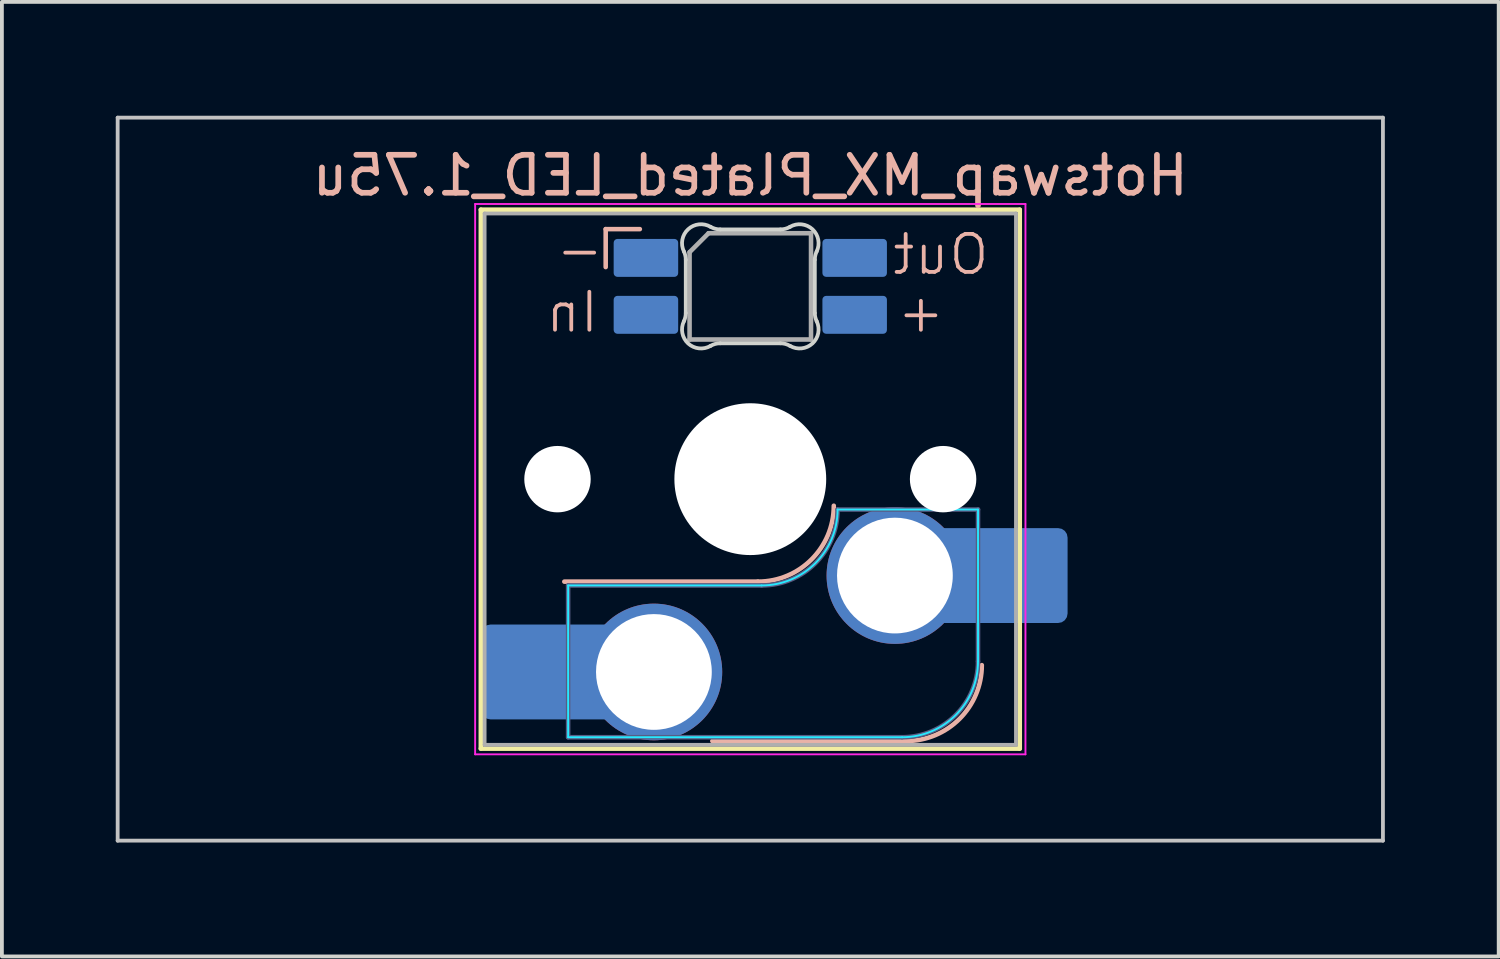
<source format=kicad_pcb>
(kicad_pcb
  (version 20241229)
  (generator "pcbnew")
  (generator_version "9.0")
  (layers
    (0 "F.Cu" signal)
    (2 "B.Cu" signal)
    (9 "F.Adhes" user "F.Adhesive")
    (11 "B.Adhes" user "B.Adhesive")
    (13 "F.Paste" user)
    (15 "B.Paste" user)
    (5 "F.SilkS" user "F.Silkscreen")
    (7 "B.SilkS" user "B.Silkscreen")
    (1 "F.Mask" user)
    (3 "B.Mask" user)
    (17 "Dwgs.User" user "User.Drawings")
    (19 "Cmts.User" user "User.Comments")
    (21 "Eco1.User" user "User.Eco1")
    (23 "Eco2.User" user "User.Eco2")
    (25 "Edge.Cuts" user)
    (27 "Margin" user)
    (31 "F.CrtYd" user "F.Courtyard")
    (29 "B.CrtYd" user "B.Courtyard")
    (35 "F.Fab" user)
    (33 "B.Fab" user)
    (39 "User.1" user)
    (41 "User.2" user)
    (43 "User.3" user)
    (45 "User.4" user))
  (footprint "Hotswap_MX_Plated_LED_1.75u"
    (layer "F.Cu")
    (at 16.719 9.575)
    (property "Reference" "Hotswap_MX_Plated_LED_1.75u" (at 0 -8.001 0) (layer "B.SilkS") (effects (font (size 1 1) (thickness 0.15)) (justify mirror)))
    (fp_line (start -7.1 -7.1) (end -7.1 7.1) (stroke (width 0.12) (type solid)) (layer "F.SilkS"))
    (fp_line (start -7.1 7.1) (end 7.1 7.1) (stroke (width 0.12) (type solid)) (layer "F.SilkS"))
    (fp_line (start 7.1 -7.1) (end -7.1 -7.1) (stroke (width 0.12) (type solid)) (layer "F.SilkS"))
    (fp_line (start 7.1 7.1) (end 7.1 -7.1) (stroke (width 0.12) (type solid)) (layer "F.SilkS"))
    (fp_line (start -3.81 -6.588) (end -2.91 -6.588) (stroke (width 0.12) (type solid)) (layer "B.SilkS"))
    (fp_line (start -3.81 -5.588) (end -3.81 -6.588) (stroke (width 0.12) (type solid)) (layer "B.SilkS"))
    (fp_line (start 0.2 2.7) (end -4.9 2.7) (stroke (width 0.12) (type solid)) (layer "B.SilkS"))
    (fp_line (start 4.1 6.9) (end -1 6.9) (stroke (width 0.12) (type solid)) (layer "B.SilkS"))
    (fp_arc (start 2.2 0.7) (mid 1.614214 2.114214) (end 0.2 2.7) (stroke (width 0.12) (type solid)) (layer "B.SilkS"))
    (fp_arc (start 6.1 4.9) (mid 5.514214 6.314214) (end 4.1 6.9) (stroke (width 0.12) (type solid)) (layer "B.SilkS"))
    (fp_line (start -16.669 -9.525) (end -16.669 9.525) (stroke (width 0.1) (type solid)) (layer "Dwgs.User"))
    (fp_line (start -16.669 9.525) (end 16.669 9.525) (stroke (width 0.1) (type solid)) (layer "Dwgs.User"))
    (fp_line (start 16.669 -9.525) (end -16.669 -9.525) (stroke (width 0.1) (type solid)) (layer "Dwgs.User"))
    (fp_line (start 16.669 9.525) (end 16.669 -9.525) (stroke (width 0.1) (type solid)) (layer "Dwgs.User"))
    (fp_line (start -0.25 -0.25) (end 0 0) (stroke (width 0.12) (type solid)) (layer "Cmts.User"))
    (fp_line (start 0 0) (end -0.25 0.25) (stroke (width 0.12) (type solid)) (layer "Cmts.User"))
    (fp_line (start 0 0) (end 0.25 0.25) (stroke (width 0.12) (type solid)) (layer "Cmts.User"))
    (fp_line (start 0.25 -0.25) (end 0 0) (stroke (width 0.12) (type solid)) (layer "Cmts.User"))
    (fp_line (start -7.8 -6) (end -7 -6) (stroke (width 0.1) (type solid)) (layer "Eco1.User"))
    (fp_line (start -7.8 -2.9) (end -7.8 -6) (stroke (width 0.1) (type solid)) (layer "Eco1.User"))
    (fp_line (start -7.8 2.9) (end -7 2.9) (stroke (width 0.1) (type solid)) (layer "Eco1.User"))
    (fp_line (start -7.8 6) (end -7.8 2.9) (stroke (width 0.1) (type solid)) (layer "Eco1.User"))
    (fp_line (start -7 -7) (end 7 -7) (stroke (width 0.1) (type solid)) (layer "Eco1.User"))
    (fp_line (start -7 -6) (end -7 -7) (stroke (width 0.1) (type solid)) (layer "Eco1.User"))
    (fp_line (start -7 -2.9) (end -7.8 -2.9) (stroke (width 0.1) (type solid)) (layer "Eco1.User"))
    (fp_line (start -7 2.9) (end -7 -2.9) (stroke (width 0.1) (type solid)) (layer "Eco1.User"))
    (fp_line (start -7 6) (end -7.8 6) (stroke (width 0.1) (type solid)) (layer "Eco1.User"))
    (fp_line (start -7 7) (end -7 6) (stroke (width 0.1) (type solid)) (layer "Eco1.User"))
    (fp_line (start 7 -7) (end 7 -6) (stroke (width 0.1) (type solid)) (layer "Eco1.User"))
    (fp_line (start 7 -6) (end 7.8 -6) (stroke (width 0.1) (type solid)) (layer "Eco1.User"))
    (fp_line (start 7 -2.9) (end 7 2.9) (stroke (width 0.1) (type solid)) (layer "Eco1.User"))
    (fp_line (start 7 2.9) (end 7.8 2.9) (stroke (width 0.1) (type solid)) (layer "Eco1.User"))
    (fp_line (start 7 6) (end 7 7) (stroke (width 0.1) (type solid)) (layer "Eco1.User"))
    (fp_line (start 7 7) (end -7 7) (stroke (width 0.1) (type solid)) (layer "Eco1.User"))
    (fp_line (start 7.8 -6) (end 7.8 -2.9) (stroke (width 0.1) (type solid)) (layer "Eco1.User"))
    (fp_line (start 7.8 -2.9) (end 7 -2.9) (stroke (width 0.1) (type solid)) (layer "Eco1.User"))
    (fp_line (start 7.8 2.9) (end 7.8 6) (stroke (width 0.1) (type solid)) (layer "Eco1.User"))
    (fp_line (start 7.8 6) (end 7 6) (stroke (width 0.1) (type solid)) (layer "Eco1.User"))
    (fp_line (start -1.7 -5.783) (end -1.7 -4.377) (stroke (width 0.1) (type solid)) (layer "Edge.Cuts"))
    (fp_line (start -0.794 -3.58) (end 0.794 -3.58) (stroke (width 0.1) (type solid)) (layer "Edge.Cuts"))
    (fp_line (start 0.794 -6.58) (end -0.794 -6.58) (stroke (width 0.1) (type solid)) (layer "Edge.Cuts"))
    (fp_line (start 1.7 -4.377) (end 1.7 -5.783) (stroke (width 0.1) (type solid)) (layer "Edge.Cuts"))
    (fp_arc (start -1.749484 -5.999721) (mid -1.712518 -5.894071) (end -1.699999 -5.782844) (stroke (width 0.1) (type solid)) (layer "Edge.Cuts"))
    (fp_arc (start -1.749484 -5.999721) (mid -1.638071 -6.584035) (end -1.046711 -6.648299) (stroke (width 0.1) (type solid)) (layer "Edge.Cuts"))
    (fp_arc (start -1.699999 -4.377159) (mid -1.712528 -4.265933) (end -1.749484 -4.160281) (stroke (width 0.1) (type solid)) (layer "Edge.Cuts"))
    (fp_arc (start -1.046711 -3.511702) (mid -1.638072 -3.575966) (end -1.749484 -4.160282) (stroke (width 0.1) (type solid)) (layer "Edge.Cuts"))
    (fp_arc (start -1.046711 -3.511702) (mid -0.925123 -3.562624) (end -0.794452 -3.580001) (stroke (width 0.1) (type solid)) (layer "Edge.Cuts"))
    (fp_arc (start -0.794453 -6.58) (mid -0.925123 -6.597377) (end -1.046711 -6.648299) (stroke (width 0.1) (type solid)) (layer "Edge.Cuts"))
    (fp_arc (start 0.794452 -3.580001) (mid 0.925122 -3.562624) (end 1.04671 -3.511702) (stroke (width 0.1) (type solid)) (layer "Edge.Cuts"))
    (fp_arc (start 1.046711 -6.6483) (mid 0.925123 -6.597378) (end 0.794453 -6.580001) (stroke (width 0.1) (type solid)) (layer "Edge.Cuts"))
    (fp_arc (start 1.046711 -6.6483) (mid 1.638072 -6.584036) (end 1.749484 -5.999721) (stroke (width 0.1) (type solid)) (layer "Edge.Cuts"))
    (fp_arc (start 1.699999 -5.782843) (mid 1.712528 -5.894069) (end 1.749484 -5.999721) (stroke (width 0.1) (type solid)) (layer "Edge.Cuts"))
    (fp_arc (start 1.749484 -4.160281) (mid 1.63807 -3.575967) (end 1.046711 -3.511704) (stroke (width 0.1) (type solid)) (layer "Edge.Cuts"))
    (fp_arc (start 1.749484 -4.160281) (mid 1.712519 -4.265931) (end 1.699999 -4.377158) (stroke (width 0.1) (type solid)) (layer "Edge.Cuts"))
    (fp_line (start -4.8 6.8) (end -4.8 2.8) (stroke (width 0.05) (type solid)) (layer "B.CrtYd"))
    (fp_line (start 0.3 2.8) (end -4.8 2.8) (stroke (width 0.05) (type solid)) (layer "B.CrtYd"))
    (fp_line (start 4 6.8) (end -4.8 6.8) (stroke (width 0.05) (type solid)) (layer "B.CrtYd"))
    (fp_line (start 6 0.8) (end 2.3 0.8) (stroke (width 0.05) (type solid)) (layer "B.CrtYd"))
    (fp_line (start 6 0.8) (end 6 4.8) (stroke (width 0.05) (type solid)) (layer "B.CrtYd"))
    (fp_arc (start 2.3 0.8) (mid 1.714214 2.214214) (end 0.3 2.8) (stroke (width 0.05) (type solid)) (layer "B.CrtYd"))
    (fp_arc (start 6 4.8) (mid 5.414214 6.214214) (end 4 6.8) (stroke (width 0.05) (type solid)) (layer "B.CrtYd"))
    (fp_line (start -7.25 -7.25) (end -7.25 7.25) (stroke (width 0.05) (type solid)) (layer "F.CrtYd"))
    (fp_line (start -7.25 7.25) (end 7.25 7.25) (stroke (width 0.05) (type solid)) (layer "F.CrtYd"))
    (fp_line (start 7.25 -7.25) (end -7.25 -7.25) (stroke (width 0.05) (type solid)) (layer "F.CrtYd"))
    (fp_line (start 7.25 7.25) (end 7.25 -7.25) (stroke (width 0.05) (type solid)) (layer "F.CrtYd"))
    (fp_line (start -4.8 6.8) (end -4.8 2.8) (stroke (width 0.12) (type solid)) (layer "B.Fab"))
    (fp_line (start 0.3 2.8) (end -4.8 2.8) (stroke (width 0.12) (type solid)) (layer "B.Fab"))
    (fp_line (start 4 6.8) (end -4.8 6.8) (stroke (width 0.12) (type solid)) (layer "B.Fab"))
    (fp_line (start 6 0.8) (end 2.3 0.8) (stroke (width 0.12) (type solid)) (layer "B.Fab"))
    (fp_line (start 6 0.8) (end 6 4.8) (stroke (width 0.12) (type solid)) (layer "B.Fab"))
    (fp_arc (start 2.3 0.8) (mid 1.714214 2.214214) (end 0.3 2.8) (stroke (width 0.12) (type solid)) (layer "B.Fab"))
    (fp_arc (start 6 4.8) (mid 5.414214 6.214214) (end 4 6.8) (stroke (width 0.12) (type solid)) (layer "B.Fab"))
    (fp_line (start -7 -7) (end -7 7) (stroke (width 0.1) (type solid)) (layer "F.Fab"))
    (fp_line (start -7 7) (end 7 7) (stroke (width 0.1) (type solid)) (layer "F.Fab"))
    (fp_line (start -1.6 -5.98) (end -1.6 -3.68) (stroke (width 0.12) (type solid)) (layer "F.Fab"))
    (fp_line (start -1.6 -5.98) (end -1.1 -6.48) (stroke (width 0.12) (type solid)) (layer "F.Fab"))
    (fp_line (start -1.6 -3.68) (end 1.6 -3.68) (stroke (width 0.12) (type solid)) (layer "F.Fab"))
    (fp_line (start 1.6 -6.48) (end -1.1 -6.48) (stroke (width 0.12) (type solid)) (layer "F.Fab"))
    (fp_line (start 1.6 -6.48) (end 1.6 -3.68) (stroke (width 0.12) (type solid)) (layer "F.Fab"))
    (fp_line (start 7 -7) (end -7 -7) (stroke (width 0.1) (type solid)) (layer "F.Fab"))
    (fp_line (start 7 7) (end 7 -7) (stroke (width 0.1) (type solid)) (layer "F.Fab"))
    (fp_text user "In" (at -3.937 -3.81 0) (unlocked yes) (layer "B.SilkS") (effects (font (size 1 1) (thickness 0.1)) (justify left bottom mirror)))
    (fp_text user "-" (at -3.81 -6.477 180) (unlocked yes) (layer "B.SilkS") (effects (font (size 1 1) (thickness 0.1)) (justify left bottom)))
    (fp_text user "+" (at 3.81 -4.826 180) (unlocked yes) (layer "B.SilkS") (effects (font (size 1 1) (thickness 0.1)) (justify left bottom mirror)))
    (fp_text user "Out" (at 6.35 -5.334 0) (unlocked yes) (layer "B.SilkS") (effects (font (size 1 1) (thickness 0.1)) (justify left bottom mirror)))
    (pad "" smd roundrect (at -5.842 5.08 180) (size 2.55 2.5) (layers "B.Mask" "B.Paste") (roundrect_rratio 0.1))
    (pad "" np_thru_hole circle (at -5.08 0 180) (size 1.75 1.75) (drill 1.75) (layers "*.Cu" "*.Mask"))
    (pad "" np_thru_hole circle (at 0 0 180) (size 4 4) (drill 4) (layers "*.Cu" "*.Mask"))
    (pad "" np_thru_hole circle (at 5.08 0 180) (size 1.75 1.75) (drill 1.75) (layers "*.Cu" "*.Mask"))
    (pad "" smd roundrect (at 7.085 2.54 180) (size 2.55 2.5) (layers "B.Mask" "B.Paste") (roundrect_rratio 0.1))
    (pad "1" thru_hole circle (at 3.81 2.54 180) (size 3.6 3.6) (drill 3.05) (layers "*.Cu" "*.Mask"))
    (pad "1" smd roundrect (at 6.585 2.54 180) (size 3.55 2.5) (layers "B.Cu") (roundrect_rratio 0.1))
    (pad "2" smd roundrect (at -5.32 5.08 180) (size 3.55 2.5) (layers "B.Cu") (roundrect_rratio 0.1))
    (pad "2" thru_hole circle (at -2.54 5.08 270) (size 3.6 3.6) (drill 3.05) (layers "*.Cu" "*.Mask"))
    (pad "3" smd roundrect (at 2.75 -4.33 270) (size 1 1.7) (layers "B.Cu" "B.Mask" "B.Paste") (roundrect_rratio 0.1))
    (pad "4" smd roundrect (at 2.75 -5.83 270) (size 1 1.7) (layers "B.Cu" "B.Mask" "B.Paste") (roundrect_rratio 0.1))
    (pad "5" smd roundrect (at -2.75 -4.33 90) (size 1 1.7) (layers "B.Cu" "B.Mask" "B.Paste") (roundrect_rratio 0.1))
    (pad "6" smd roundrect (at -2.75 -5.83 90) (size 1 1.7) (layers "B.Cu" "B.Mask" "B.Paste") (roundrect_rratio 0.1)))
  (gr_rect
    (start -3 -3)
    (end 36.438 22.15)
    (stroke (width 0.1) (type default))
    (fill no)
    (layer "Edge.Cuts")))
</source>
